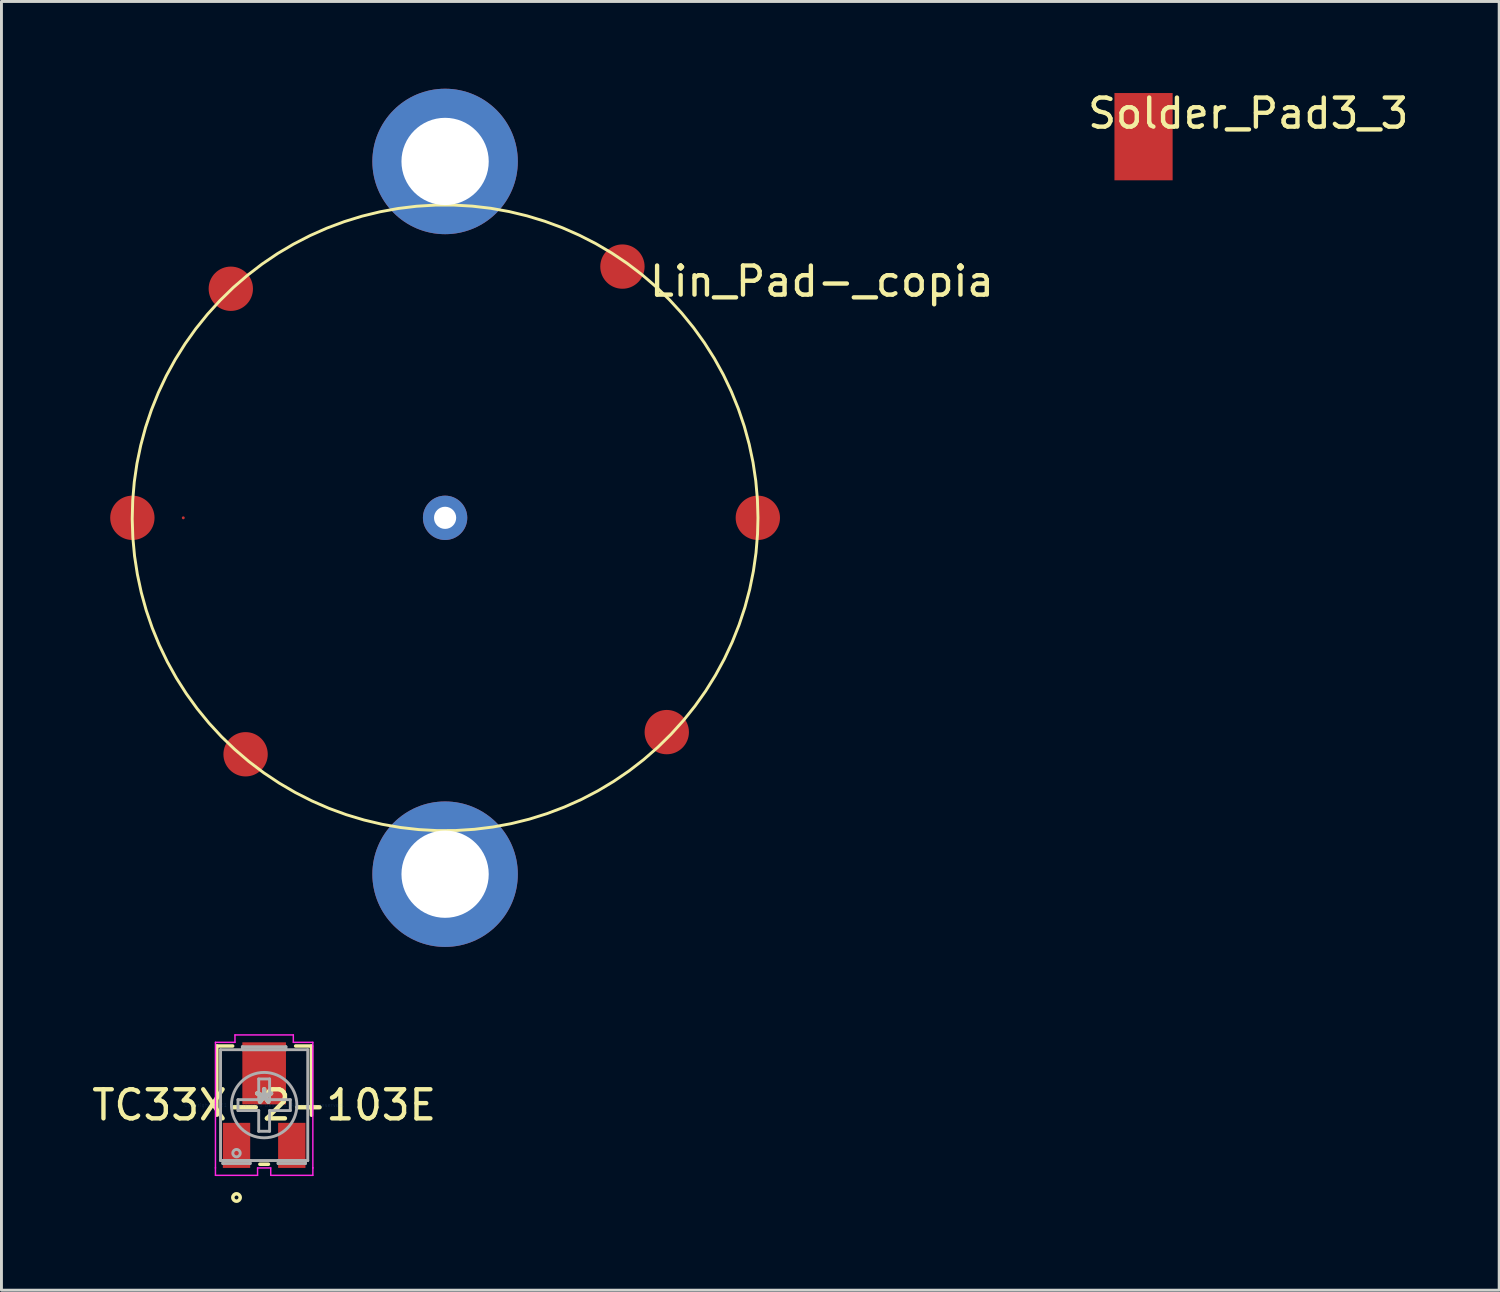
<source format=kicad_pcb>
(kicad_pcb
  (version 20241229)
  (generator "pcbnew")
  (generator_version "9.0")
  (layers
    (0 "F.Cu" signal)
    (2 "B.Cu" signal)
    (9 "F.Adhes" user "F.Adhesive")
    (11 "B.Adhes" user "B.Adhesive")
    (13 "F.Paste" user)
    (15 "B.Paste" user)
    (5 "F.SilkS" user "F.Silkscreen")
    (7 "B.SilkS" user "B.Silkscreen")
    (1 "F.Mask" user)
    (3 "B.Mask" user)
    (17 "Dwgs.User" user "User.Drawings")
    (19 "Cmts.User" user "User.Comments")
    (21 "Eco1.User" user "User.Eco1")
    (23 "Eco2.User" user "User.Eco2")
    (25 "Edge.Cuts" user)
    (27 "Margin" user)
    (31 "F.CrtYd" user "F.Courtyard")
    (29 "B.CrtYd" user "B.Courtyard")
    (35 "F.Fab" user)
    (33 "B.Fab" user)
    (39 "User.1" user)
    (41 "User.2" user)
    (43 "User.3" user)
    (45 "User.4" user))
  (footprint "TC33X-2-103E"
    (layer "F.Cu")
    (at 6.03 34.938)
    (property "Reference" "TC33X-2-103E" (at 0 0 0) (layer "F.SilkS") (effects (font (size 1 1) (thickness 0.15))))
    (attr through_hole)
    (fp_line (start -1.626 -2.032) (end -1.626 0.348) (stroke (width 0.12) (type solid)) (layer "F.SilkS"))
    (fp_line (start -1.082 -2.032) (end -1.626 -2.032) (stroke (width 0.12) (type solid)) (layer "F.SilkS"))
    (fp_line (start -0.147 2.032) (end 0.147 2.032) (stroke (width 0.12) (type solid)) (layer "F.SilkS"))
    (fp_line (start 1.626 -2.032) (end 1.082 -2.032) (stroke (width 0.12) (type solid)) (layer "F.SilkS"))
    (fp_line (start 1.626 -2.032) (end 1.626 0.348) (stroke (width 0.12) (type solid)) (layer "F.SilkS"))
    (fp_circle (center -0.95 3.175) (end -0.823 3.175) (stroke (width 0.12) (type solid)) (fill no) (layer "F.SilkS"))
    (fp_line (start -1.674 -2.159) (end -1.003 -2.159) (stroke (width 0.05) (type solid)) (layer "F.CrtYd"))
    (fp_line (start -1.674 2.159) (end -1.674 -2.159) (stroke (width 0.05) (type solid)) (layer "F.CrtYd"))
    (fp_line (start -1.674 2.159) (end -1.674 2.159) (stroke (width 0.05) (type solid)) (layer "F.CrtYd"))
    (fp_line (start -1.674 2.413) (end -1.674 2.159) (stroke (width 0.05) (type solid)) (layer "F.CrtYd"))
    (fp_line (start -1.003 -2.413) (end 1.003 -2.413) (stroke (width 0.05) (type solid)) (layer "F.CrtYd"))
    (fp_line (start -1.003 -2.159) (end -1.003 -2.413) (stroke (width 0.05) (type solid)) (layer "F.CrtYd"))
    (fp_line (start -0.226 2.159) (end -0.226 2.413) (stroke (width 0.05) (type solid)) (layer "F.CrtYd"))
    (fp_line (start -0.226 2.413) (end -1.674 2.413) (stroke (width 0.05) (type solid)) (layer "F.CrtYd"))
    (fp_line (start 0.226 2.159) (end -0.226 2.159) (stroke (width 0.05) (type solid)) (layer "F.CrtYd"))
    (fp_line (start 0.226 2.413) (end 0.226 2.159) (stroke (width 0.05) (type solid)) (layer "F.CrtYd"))
    (fp_line (start 1.003 -2.413) (end 1.003 -2.159) (stroke (width 0.05) (type solid)) (layer "F.CrtYd"))
    (fp_line (start 1.003 -2.159) (end 1.674 -2.159) (stroke (width 0.05) (type solid)) (layer "F.CrtYd"))
    (fp_line (start 1.674 -2.159) (end 1.674 2.159) (stroke (width 0.05) (type solid)) (layer "F.CrtYd"))
    (fp_line (start 1.674 2.159) (end 1.674 2.159) (stroke (width 0.05) (type solid)) (layer "F.CrtYd"))
    (fp_line (start 1.674 2.159) (end 1.674 2.413) (stroke (width 0.05) (type solid)) (layer "F.CrtYd"))
    (fp_line (start 1.674 2.413) (end 0.226 2.413) (stroke (width 0.05) (type solid)) (layer "F.CrtYd"))
    (fp_line (start -1.499 -1.905) (end -1.499 1.905) (stroke (width 0.1) (type solid)) (layer "F.Fab"))
    (fp_line (start -1.499 1.905) (end 1.499 1.905) (stroke (width 0.1) (type solid)) (layer "F.Fab"))
    (fp_line (start -1.42 1.905) (end -1.42 2.007) (stroke (width 0.1) (type solid)) (layer "F.Fab"))
    (fp_line (start -1.42 2.007) (end -0.48 2.007) (stroke (width 0.1) (type solid)) (layer "F.Fab"))
    (fp_line (start -0.899 -0.187) (end -0.899 0.187) (stroke (width 0.1) (type solid)) (layer "F.Fab"))
    (fp_line (start -0.749 -2.007) (end -0.749 -1.905) (stroke (width 0.1) (type solid)) (layer "F.Fab"))
    (fp_line (start -0.749 -1.905) (end 0.749 -1.905) (stroke (width 0.1) (type solid)) (layer "F.Fab"))
    (fp_line (start -0.48 1.905) (end -1.42 1.905) (stroke (width 0.1) (type solid)) (layer "F.Fab"))
    (fp_line (start -0.48 2.007) (end -0.48 1.905) (stroke (width 0.1) (type solid)) (layer "F.Fab"))
    (fp_line (start -0.187 -0.899) (end -0.187 -0.187) (stroke (width 0.1) (type solid)) (layer "F.Fab"))
    (fp_line (start -0.187 -0.899) (end 0.187 -0.899) (stroke (width 0.1) (type solid)) (layer "F.Fab"))
    (fp_line (start -0.187 -0.187) (end -0.899 -0.187) (stroke (width 0.1) (type solid)) (layer "F.Fab"))
    (fp_line (start -0.187 0.187) (end -0.899 0.187) (stroke (width 0.1) (type solid)) (layer "F.Fab"))
    (fp_line (start -0.187 0.899) (end -0.187 0.187) (stroke (width 0.1) (type solid)) (layer "F.Fab"))
    (fp_line (start -0.187 0.899) (end 0.187 0.899) (stroke (width 0.1) (type solid)) (layer "F.Fab"))
    (fp_line (start 0.187 -0.899) (end 0.187 -0.187) (stroke (width 0.1) (type solid)) (layer "F.Fab"))
    (fp_line (start 0.187 -0.187) (end 0.899 -0.187) (stroke (width 0.1) (type solid)) (layer "F.Fab"))
    (fp_line (start 0.187 0.187) (end 0.899 0.187) (stroke (width 0.1) (type solid)) (layer "F.Fab"))
    (fp_line (start 0.187 0.899) (end 0.187 0.187) (stroke (width 0.1) (type solid)) (layer "F.Fab"))
    (fp_line (start 0.48 1.905) (end 0.48 2.007) (stroke (width 0.1) (type solid)) (layer "F.Fab"))
    (fp_line (start 0.48 2.007) (end 1.42 2.007) (stroke (width 0.1) (type solid)) (layer "F.Fab"))
    (fp_line (start 0.749 -2.007) (end -0.749 -2.007) (stroke (width 0.1) (type solid)) (layer "F.Fab"))
    (fp_line (start 0.749 -1.905) (end 0.749 -2.007) (stroke (width 0.1) (type solid)) (layer "F.Fab"))
    (fp_line (start 0.899 -0.187) (end 0.899 0.187) (stroke (width 0.1) (type solid)) (layer "F.Fab"))
    (fp_line (start 1.42 1.905) (end 0.48 1.905) (stroke (width 0.1) (type solid)) (layer "F.Fab"))
    (fp_line (start 1.42 2.007) (end 1.42 1.905) (stroke (width 0.1) (type solid)) (layer "F.Fab"))
    (fp_line (start 1.499 -1.905) (end -1.499 -1.905) (stroke (width 0.1) (type solid)) (layer "F.Fab"))
    (fp_line (start 1.499 -1.905) (end 1.499 1.905) (stroke (width 0.1) (type solid)) (layer "F.Fab"))
    (fp_circle (center -0.95 1.651) (end -0.823 1.651) (stroke (width 0.1) (type solid)) (fill no) (layer "F.Fab"))
    (fp_circle (center 0 0) (end 1.124 0) (stroke (width 0.1) (type solid)) (fill no) (layer "F.Fab"))
    (fp_text user "*" (at 0 0 0) (layer "F.SilkS") (effects (font (size 1 1) (thickness 0.15))))
    (fp_text user "Copyright 2021 Accelerated Designs. All rights reserved." (at 0 0 0) (layer "Cmts.User") (effects (font (size 0.127 0.127) (thickness 0.002))))
    (fp_text user "*" (at 0 0 0) (layer "F.Fab") (effects (font (size 1 1) (thickness 0.15))))
    (pad "1" smd rect (at -0.95 1.384) (size 0.94 1.549) (layers "F.Cu" "F.Mask" "F.Paste"))
    (pad "2" smd rect (at 0 -1.092) (size 1.499 2.134) (layers "F.Cu" "F.Mask" "F.Paste"))
    (pad "3" smd rect (at 0.95 1.384) (size 0.94 1.549) (layers "F.Cu" "F.Mask" "F.Paste")))
  (footprint "Solder_Pad3_3"
    (layer "F.Cu")
    (at 36.259 1.648)
    (property "Reference" "Solder_Pad3_3" (at 3.6 -0.8 0) (layer "F.SilkS") (effects (font (size 1 1) (thickness 0.15))))
    (attr through_hole)
    (pad "1" smd rect (at 0 0) (size 2 3) (layers "F.Cu" "F.Mask" "F.Paste")))
  (footprint "Lin_Pad-_copia"
    (layer "F.Cu")
    (at 12.25 14.75)
    (property "Reference" "Lin_Pad-_copia" (at 12.954 -8.128 0) (layer "F.SilkS") (effects (font (size 1 1) (thickness 0.15))))
    (attr through_hole)
    (fp_circle (center 0 0) (end 10.75 0) (stroke (width 3) (type solid)) (fill no) (layer "F.Mask"))
    (fp_poly (pts (xy 10.755 0) (xy 10.736 -0.638) (xy 10.679 -1.273) (xy 10.585 -1.905) (xy 10.453 -2.529) (xy 10.285 -3.144) (xy 10.08 -3.749) (xy 9.84 -4.34) (xy 9.566 -4.916) (xy 9.257 -5.475) (xy 8.916 -6.014) (xy 8.544 -6.532) (xy 8.141 -7.027) (xy 7.71 -7.498) (xy 7.252 -7.942) (xy 6.768 -8.358) (xy 6.261 -8.745) (xy 5.731 -9.101) (xy 5.181 -9.425) (xy 4.613 -9.715) (xy 4.029 -9.972) (xy 3.43 -10.193) (xy 2.82 -10.379) (xy 2.199 -10.528) (xy 1.571 -10.64) (xy 0.937 -10.714) (xy 0.3 -10.751) (xy -0.338 -10.75) (xy -0.975 -10.711) (xy -1.608 -10.634) (xy -2.236 -10.52) (xy -2.856 -10.369) (xy -3.466 -10.181) (xy -4.064 -9.958) (xy -4.647 -9.699) (xy -5.214 -9.406) (xy -5.763 -9.081) (xy -6.291 -8.723) (xy -6.797 -8.334) (xy -7.28 -7.917) (xy -7.736 -7.471) (xy -8.166 -6.999) (xy -8.567 -6.502) (xy -8.937 -5.983) (xy -9.276 -5.442) (xy -9.583 -4.883) (xy -9.855 -4.306) (xy -10.093 -3.714) (xy -10.296 -3.109) (xy -10.462 -2.492) (xy -10.592 -1.868) (xy -10.684 -1.236) (xy -10.738 -0.6) (xy -10.755 0.038) (xy -10.734 0.675) (xy -10.675 1.311) (xy -10.578 1.941) (xy -10.444 2.565) (xy -10.274 3.18) (xy -10.067 3.784) (xy -9.825 4.374) (xy -9.548 4.949) (xy -9.238 5.507) (xy -8.895 6.045) (xy -8.521 6.562) (xy -8.117 7.056) (xy -7.684 7.525) (xy -7.224 7.967) (xy -6.739 8.382) (xy -6.23 8.767) (xy -5.699 9.121) (xy -5.148 9.443) (xy -4.579 9.731) (xy -3.994 9.986) (xy -3.395 10.205) (xy -2.784 10.388) (xy -2.163 10.535) (xy -1.534 10.645) (xy -0.9 10.717) (xy -0.263 10.752) (xy 0.375 10.748) (xy 1.012 10.707) (xy 1.645 10.628) (xy 2.273 10.512) (xy 2.892 10.359) (xy 3.501 10.169) (xy 4.098 9.943) (xy 4.681 9.683) (xy 5.247 9.388) (xy 5.794 9.06) (xy 6.322 8.701) (xy 6.826 8.311) (xy 7.307 7.891) (xy 7.762 7.444) (xy 8.19 6.97) (xy 8.589 6.472) (xy 8.958 5.952) (xy 9.295 5.41) (xy 9.6 4.849) (xy 9.87 4.271) (xy 10.106 3.678) (xy 10.307 3.073) (xy 10.471 2.456) (xy 10.598 1.831) (xy 10.688 1.199) (xy 10.74 0.563)) (stroke (width 0.1) (type solid)) (fill no) (layer "F.SilkS"))
    (pad "1" smd circle (at -10.75 0) (size 1.524 1.524) (layers "F.Cu" "F.Mask" "F.Paste"))
    (pad "1" smd circle (at -9 0) (size 0.1 0.1) (layers "F.Cu" "F.Mask" "F.Paste"))
    (pad "1" smd circle (at -7.366 -7.874) (size 1.524 1.524) (layers "F.Cu" "F.Mask" "F.Paste"))
    (pad "1" smd circle (at -6.858 8.128) (size 1.524 1.524) (layers "F.Cu" "F.Mask" "F.Paste"))
    (pad "1" smd circle (at 6.096 -8.636) (size 1.524 1.524) (layers "F.Cu" "F.Mask" "F.Paste"))
    (pad "1" smd circle (at 7.62 7.366) (size 1.524 1.524) (layers "F.Cu" "F.Mask" "F.Paste"))
    (pad "1" smd circle (at 10.75 0) (size 1.524 1.524) (layers "F.Cu" "F.Mask" "F.Paste"))
    (pad "2" thru_hole circle (at 0 0) (size 1.524 1.524) (drill 0.762) (layers "*.Cu" "*.Mask"))
    (pad "m1" thru_hole circle (at 0 12.25) (size 5 5) (drill 3) (layers "*.Cu" "*.Mask"))
    (pad "m2" thru_hole circle (at 0 -12.25) (size 5 5) (drill 3) (layers "*.Cu" "*.Mask")))
  (gr_rect
    (start -3 -3)
    (end 48.484 41.3)
    (stroke (width 0.1) (type default))
    (fill no)
    (layer "Edge.Cuts")))
</source>
